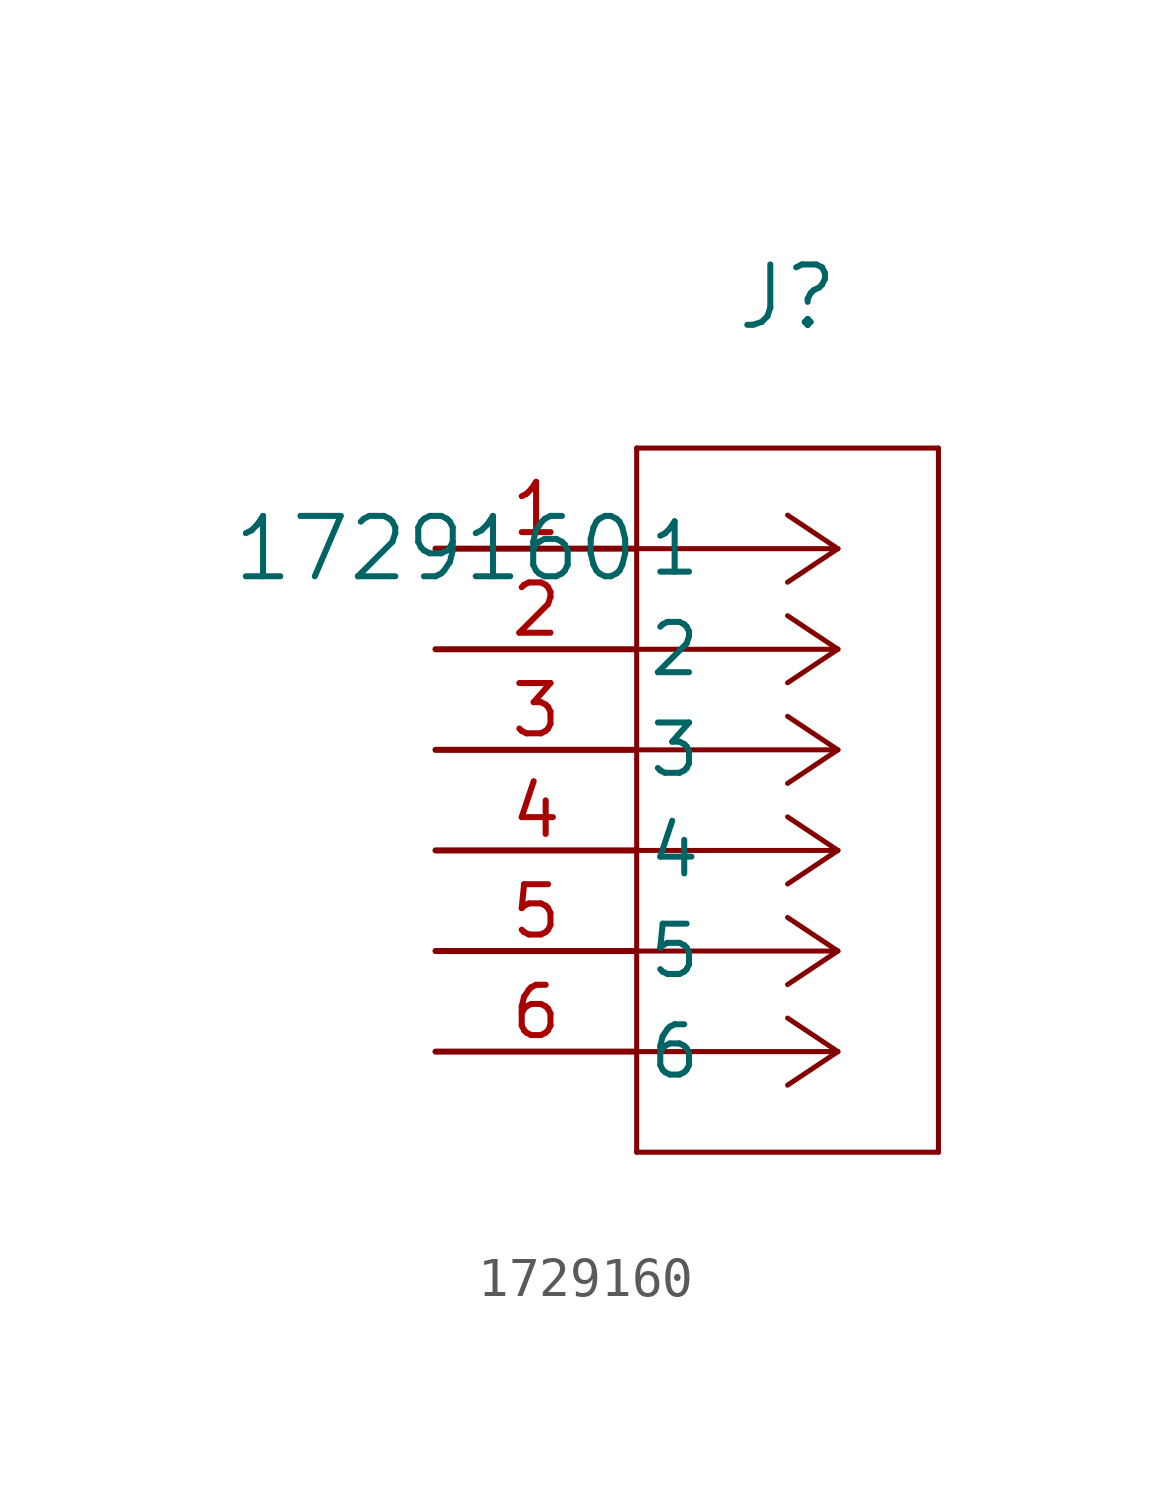
<source format=kicad_sym>
(kicad_symbol_lib
  (version 20211014)
  (generator kicad_symbol_editor)
  (symbol "1729160"
    (pin_names
      (offset 0.254))
    (property "Reference" "J"
      (at 8.89 6.35 0)
      (effects (font (size 1.524 1.524))))
    (property "Value" "1729160"
      (at 0 0 0)
      (effects (font (size 1.524 1.524))))
    (symbol "1729160_0_1"
      (polyline (pts (xy 10.16 0) (xy 5.08 0)) (stroke (width 0.127) (type default) (color 0 0 0 0)) (fill (type none)))
      (polyline (pts (xy 10.16 -2.54) (xy 5.08 -2.54)) (stroke (width 0.127) (type default) (color 0 0 0 0)) (fill (type none)))
      (polyline (pts (xy 10.16 -5.08) (xy 5.08 -5.08)) (stroke (width 0.127) (type default) (color 0 0 0 0)) (fill (type none)))
      (polyline (pts (xy 10.16 -7.62) (xy 5.08 -7.62)) (stroke (width 0.127) (type default) (color 0 0 0 0)) (fill (type none)))
      (polyline (pts (xy 10.16 -10.16) (xy 5.08 -10.16)) (stroke (width 0.127) (type default) (color 0 0 0 0)) (fill (type none)))
      (polyline (pts (xy 10.16 -12.7) (xy 5.08 -12.7)) (stroke (width 0.127) (type default) (color 0 0 0 0)) (fill (type none)))
      (polyline (pts (xy 10.16 0) (xy 8.89 0.847)) (stroke (width 0.127) (type default) (color 0 0 0 0)) (fill (type none)))
      (polyline (pts (xy 10.16 -2.54) (xy 8.89 -1.693)) (stroke (width 0.127) (type default) (color 0 0 0 0)) (fill (type none)))
      (polyline (pts (xy 10.16 -5.08) (xy 8.89 -4.233)) (stroke (width 0.127) (type default) (color 0 0 0 0)) (fill (type none)))
      (polyline (pts (xy 10.16 -7.62) (xy 8.89 -6.773)) (stroke (width 0.127) (type default) (color 0 0 0 0)) (fill (type none)))
      (polyline (pts (xy 10.16 -10.16) (xy 8.89 -9.313)) (stroke (width 0.127) (type default) (color 0 0 0 0)) (fill (type none)))
      (polyline (pts (xy 10.16 -12.7) (xy 8.89 -11.853)) (stroke (width 0.127) (type default) (color 0 0 0 0)) (fill (type none)))
      (polyline (pts (xy 10.16 0) (xy 8.89 -0.847)) (stroke (width 0.127) (type default) (color 0 0 0 0)) (fill (type none)))
      (polyline (pts (xy 10.16 -2.54) (xy 8.89 -3.387)) (stroke (width 0.127) (type default) (color 0 0 0 0)) (fill (type none)))
      (polyline (pts (xy 10.16 -5.08) (xy 8.89 -5.927)) (stroke (width 0.127) (type default) (color 0 0 0 0)) (fill (type none)))
      (polyline (pts (xy 10.16 -7.62) (xy 8.89 -8.467)) (stroke (width 0.127) (type default) (color 0 0 0 0)) (fill (type none)))
      (polyline (pts (xy 10.16 -10.16) (xy 8.89 -11.007)) (stroke (width 0.127) (type default) (color 0 0 0 0)) (fill (type none)))
      (polyline (pts (xy 10.16 -12.7) (xy 8.89 -13.547)) (stroke (width 0.127) (type default) (color 0 0 0 0)) (fill (type none)))
      (polyline (pts (xy 5.08 2.54) (xy 5.08 -15.24)) (stroke (width 0.127) (type default) (color 0 0 0 0)) (fill (type none)))
      (polyline (pts (xy 5.08 -15.24) (xy 12.7 -15.24)) (stroke (width 0.127) (type default) (color 0 0 0 0)) (fill (type none)))
      (polyline (pts (xy 12.7 -15.24) (xy 12.7 2.54)) (stroke (width 0.127) (type default) (color 0 0 0 0)) (fill (type none)))
      (polyline (pts (xy 12.7 2.54) (xy 5.08 2.54)) (stroke (width 0.127) (type default) (color 0 0 0 0)) (fill (type none)))
      (pin unspecified line (at 0 0 0) (length 5.08) (name "1" (effects (font (size 1.27 1.27)))) (number "1" (effects (font (size 1.27 1.27)))))
      (pin unspecified line (at 0 -2.54 0) (length 5.08) (name "2" (effects (font (size 1.27 1.27)))) (number "2" (effects (font (size 1.27 1.27)))))
      (pin unspecified line (at 0 -5.08 0) (length 5.08) (name "3" (effects (font (size 1.27 1.27)))) (number "3" (effects (font (size 1.27 1.27)))))
      (pin unspecified line (at 0 -7.62 0) (length 5.08) (name "4" (effects (font (size 1.27 1.27)))) (number "4" (effects (font (size 1.27 1.27)))))
      (pin unspecified line (at 0 -10.16 0) (length 5.08) (name "5" (effects (font (size 1.27 1.27)))) (number "5" (effects (font (size 1.27 1.27)))))
      (pin unspecified line (at 0 -12.7 0) (length 5.08) (name "6" (effects (font (size 1.27 1.27)))) (number "6" (effects (font (size 1.27 1.27))))))))
</source>
